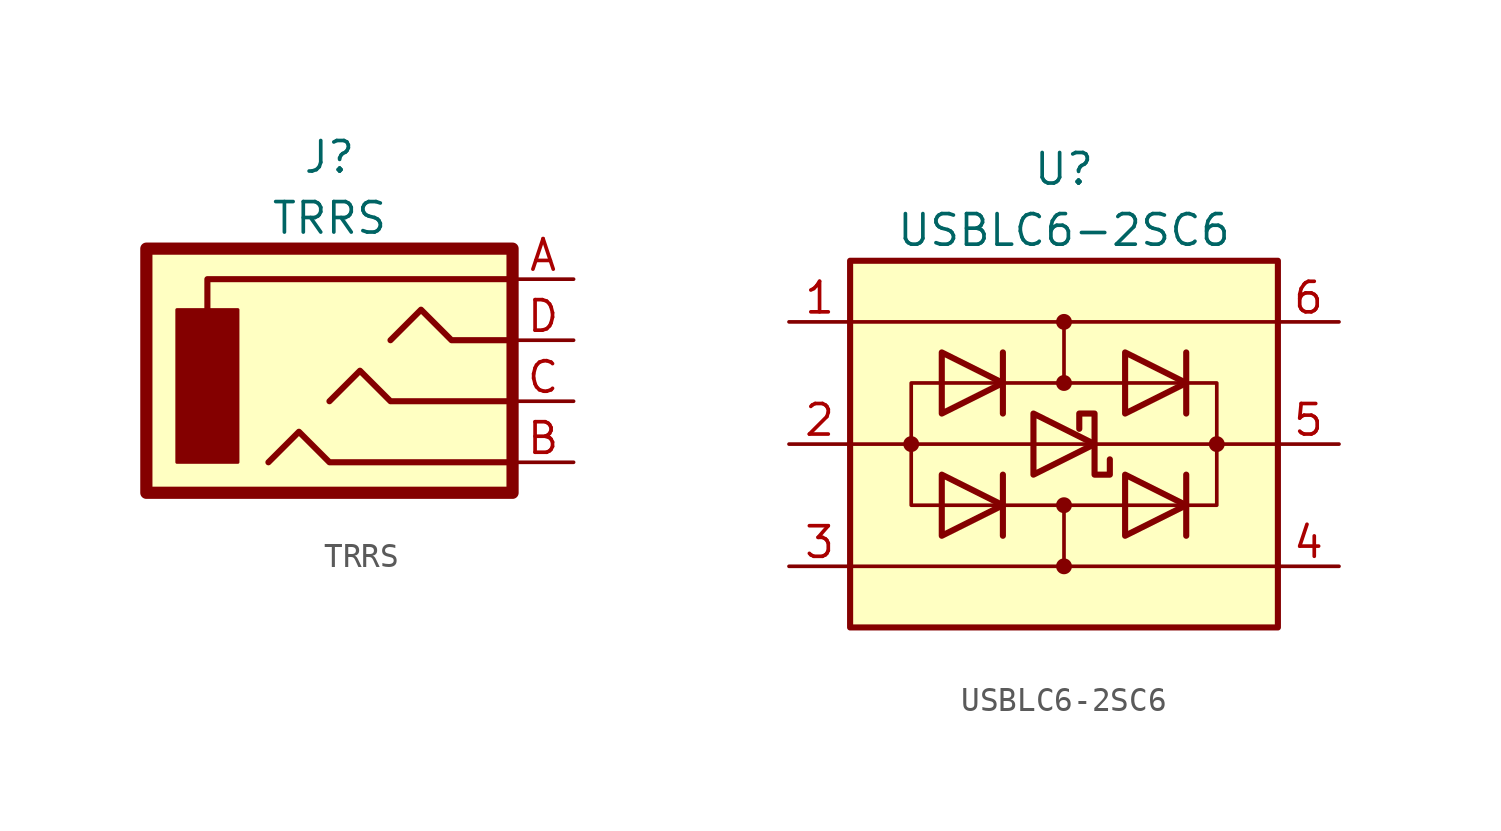
<source format=kicad_sym>
(kicad_symbol_lib
  (version 20231120)
  (generator "kicad_symbol_editor")
  (generator_version "8.0")
  (symbol "TRRS"
    (pin_names
      (offset 1.016))
    (property "Reference" "J"
      (at 0 8.89 0)
      (effects (font (size 1.27 1.27))))
    (property "Value" "TRRS"
      (at 0 6.35 0)
      (effects (font (size 1.27 1.27))))
    (symbol "TRRS_0_1"
      (rectangle (start -7.62 5.08) (end 7.62 -5.08) (stroke (width 0.508) (type solid)) (fill (type background)))
      (rectangle (start -6.35 2.54) (end -3.81 -3.81) (stroke (width 0.127) (type solid)) (fill (type outline)))
      (polyline (pts (xy 7.62 3.81) (xy -5.08 3.81) (xy -5.08 2.54)) (stroke (width 0.254) (type solid)) (fill (type none)))
      (polyline (pts (xy 7.62 -3.81) (xy 0 -3.81) (xy -1.27 -2.54) (xy -2.54 -3.81)) (stroke (width 0.254) (type solid)) (fill (type none)))
      (polyline (pts (xy 7.62 -1.27) (xy 2.54 -1.27) (xy 1.27 0) (xy 0 -1.27)) (stroke (width 0.254) (type solid)) (fill (type none)))
      (polyline (pts (xy 7.62 1.27) (xy 5.08 1.27) (xy 3.81 2.54) (xy 2.54 1.27)) (stroke (width 0.254) (type solid)) (fill (type none))))
    (symbol "TRRS_1_1"
      (pin bidirectional line (at 10.16 3.81 180) (length 2.54) (name "~" (effects (font (size 1.27 1.27)))) (number "A" (effects (font (size 1.27 1.27)))))
      (pin bidirectional line (at 10.16 -3.81 180) (length 2.54) (name "~" (effects (font (size 1.27 1.27)))) (number "B" (effects (font (size 1.27 1.27)))))
      (pin bidirectional line (at 10.16 -1.27 180) (length 2.54) (name "~" (effects (font (size 1.27 1.27)))) (number "C" (effects (font (size 1.27 1.27)))))
      (pin bidirectional line (at 10.16 1.27 180) (length 2.54) (name "~" (effects (font (size 1.27 1.27)))) (number "D" (effects (font (size 1.27 1.27)))))))
  (symbol "USBLC6-2SC6"
    (pin_names hide)
    (property "Reference" "U"
      (at 0 11.43 0)
      (effects (font (size 1.27 1.27))))
    (property "Value" "USBLC6-2SC6"
      (at 0 8.89 0)
      (effects (font (size 1.27 1.27))))
    (symbol "USBLC6-2SC6_0_1"
      (rectangle (start -8.89 7.62) (end 8.89 -7.62) (stroke (width 0.254) (type solid)) (fill (type background)))
      (circle (center -6.35 0) (radius 0.254) (stroke (width 0) (type solid)) (fill (type outline)))
      (rectangle (start -6.35 2.54) (end 6.35 -2.54) (stroke (width 0) (type solid)) (fill (type none)))
      (circle (center 0 -5.08) (radius 0.254) (stroke (width 0) (type solid)) (fill (type outline)))
      (circle (center 0 -2.54) (radius 0.254) (stroke (width 0) (type solid)) (fill (type outline)))
      (polyline (pts (xy -8.89 -5.08) (xy 8.89 -5.08)) (stroke (width 0) (type solid)) (fill (type none)))
      (polyline (pts (xy -8.89 5.08) (xy 8.89 5.08)) (stroke (width 0) (type solid)) (fill (type none)))
      (polyline (pts (xy 0 -2.54) (xy 0 -5.08)) (stroke (width 0) (type solid)) (fill (type none)))
      (polyline (pts (xy 0 2.54) (xy 0 5.08)) (stroke (width 0) (type solid)) (fill (type none)))
      (polyline (pts (xy 5.08 3.81) (xy 5.08 1.27)) (stroke (width 0.254) (type solid)) (fill (type none)))
      (polyline (pts (xy 8.89 0) (xy -8.89 0)) (stroke (width 0) (type solid)) (fill (type none)))
      (polyline (pts (xy -1.27 -1.27) (xy -1.27 1.27) (xy 1.27 0) (xy -1.27 -1.27)) (stroke (width 0.254) (type solid)) (fill (type none)))
      (polyline (pts (xy 1.905 -0.635) (xy 1.905 -1.27) (xy 1.27 -1.27) (xy 1.27 1.27) (xy 0.635 1.27) (xy 0.635 0.635)) (stroke (width 0.254) (type solid)) (fill (type none)))
      (circle (center 0 2.54) (radius 0.254) (stroke (width 0) (type solid)) (fill (type outline)))
      (circle (center 0 5.08) (radius 0.254) (stroke (width 0) (type solid)) (fill (type outline)))
      (circle (center 6.35 0) (radius 0.254) (stroke (width 0) (type solid)) (fill (type outline))))
    (symbol "USBLC6-2SC6_1_1"
      (polyline (pts (xy -2.54 -1.27) (xy -2.54 -3.81)) (stroke (width 0.254) (type solid)) (fill (type none)))
      (polyline (pts (xy -2.54 3.81) (xy -2.54 1.27)) (stroke (width 0.254) (type solid)) (fill (type none)))
      (polyline (pts (xy 5.08 -1.27) (xy 5.08 -3.81)) (stroke (width 0.254) (type solid)) (fill (type none)))
      (polyline (pts (xy -5.08 -3.81) (xy -5.08 -1.27) (xy -2.54 -2.54) (xy -5.08 -3.81)) (stroke (width 0.254) (type solid)) (fill (type none)))
      (polyline (pts (xy -5.08 1.27) (xy -5.08 3.81) (xy -2.54 2.54) (xy -5.08 1.27)) (stroke (width 0.254) (type solid)) (fill (type none)))
      (polyline (pts (xy 2.54 -3.81) (xy 2.54 -1.27) (xy 5.08 -2.54) (xy 2.54 -3.81)) (stroke (width 0.254) (type solid)) (fill (type none)))
      (polyline (pts (xy 2.54 1.27) (xy 2.54 3.81) (xy 5.08 2.54) (xy 2.54 1.27)) (stroke (width 0.254) (type solid)) (fill (type none)))
      (pin input line (at -11.43 5.08 0) (length 2.54) (name "I/O1" (effects (font (size 1.27 1.27)))) (number "1" (effects (font (size 1.27 1.27)))))
      (pin power_in line (at -11.43 0 0) (length 2.54) (name "GND" (effects (font (size 1.27 1.27)))) (number "2" (effects (font (size 1.27 1.27)))))
      (pin input line (at -11.43 -5.08 0) (length 2.54) (name "I/O2" (effects (font (size 1.27 1.27)))) (number "3" (effects (font (size 1.27 1.27)))))
      (pin input line (at 11.43 -5.08 180) (length 2.54) (name "I/O2" (effects (font (size 1.27 1.27)))) (number "4" (effects (font (size 1.27 1.27)))))
      (pin power_in line (at 11.43 0 180) (length 2.54) (name "VBUS" (effects (font (size 1.27 1.27)))) (number "5" (effects (font (size 1.27 1.27)))))
      (pin input line (at 11.43 5.08 180) (length 2.54) (name "I/O1" (effects (font (size 1.27 1.27)))) (number "6" (effects (font (size 1.27 1.27))))))))
</source>
